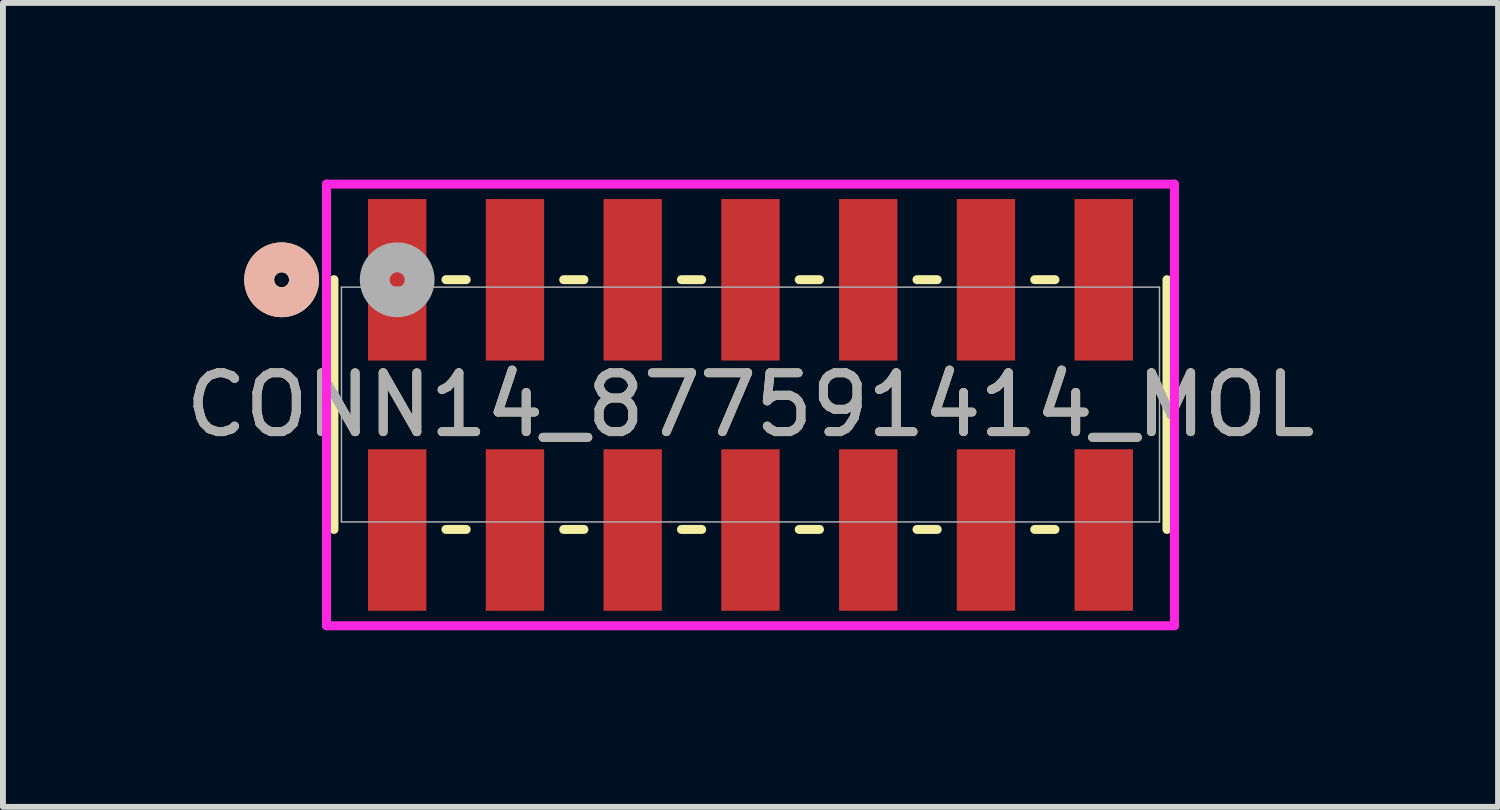
<source format=kicad_pcb>
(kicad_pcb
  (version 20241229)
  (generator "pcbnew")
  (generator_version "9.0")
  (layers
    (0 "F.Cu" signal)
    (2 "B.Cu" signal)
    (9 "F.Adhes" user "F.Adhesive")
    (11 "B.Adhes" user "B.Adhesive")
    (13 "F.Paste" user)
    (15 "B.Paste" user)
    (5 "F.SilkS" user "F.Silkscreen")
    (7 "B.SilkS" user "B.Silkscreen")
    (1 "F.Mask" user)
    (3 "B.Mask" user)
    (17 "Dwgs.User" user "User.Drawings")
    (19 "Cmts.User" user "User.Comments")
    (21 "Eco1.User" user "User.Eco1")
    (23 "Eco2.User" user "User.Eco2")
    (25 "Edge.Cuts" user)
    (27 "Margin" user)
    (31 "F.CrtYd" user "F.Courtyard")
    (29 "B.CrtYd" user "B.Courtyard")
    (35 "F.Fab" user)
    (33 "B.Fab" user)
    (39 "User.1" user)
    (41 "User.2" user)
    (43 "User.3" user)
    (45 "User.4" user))
  (footprint "CONN14_877591414_MOL"
    (layer "F.Cu")
    (at 9.696 3.821)
    (property "Reference" "CONN14_877591414_MOL" (at 0 0.006 0) (unlocked yes) (layer "F.SilkS") (effects (font (size 1 1) (thickness 0.15))))
    (attr smd)
    (fp_line (start -7.074 -2.121) (end -7.074 2.121) (stroke (width 0.152) (type solid)) (layer "F.SilkS"))
    (fp_line (start -5.172 2.121) (end -4.828 2.121) (stroke (width 0.152) (type solid)) (layer "F.SilkS"))
    (fp_line (start -4.828 -2.121) (end -5.172 -2.121) (stroke (width 0.152) (type solid)) (layer "F.SilkS"))
    (fp_line (start -3.172 2.121) (end -2.828 2.121) (stroke (width 0.152) (type solid)) (layer "F.SilkS"))
    (fp_line (start -2.828 -2.121) (end -3.172 -2.121) (stroke (width 0.152) (type solid)) (layer "F.SilkS"))
    (fp_line (start -1.172 2.121) (end -0.828 2.121) (stroke (width 0.152) (type solid)) (layer "F.SilkS"))
    (fp_line (start -0.828 -2.121) (end -1.172 -2.121) (stroke (width 0.152) (type solid)) (layer "F.SilkS"))
    (fp_line (start 0.828 2.121) (end 1.172 2.121) (stroke (width 0.152) (type solid)) (layer "F.SilkS"))
    (fp_line (start 1.172 -2.121) (end 0.828 -2.121) (stroke (width 0.152) (type solid)) (layer "F.SilkS"))
    (fp_line (start 2.828 2.121) (end 3.172 2.121) (stroke (width 0.152) (type solid)) (layer "F.SilkS"))
    (fp_line (start 3.172 -2.121) (end 2.828 -2.121) (stroke (width 0.152) (type solid)) (layer "F.SilkS"))
    (fp_line (start 4.828 2.121) (end 5.172 2.121) (stroke (width 0.152) (type solid)) (layer "F.SilkS"))
    (fp_line (start 5.172 -2.121) (end 4.828 -2.121) (stroke (width 0.152) (type solid)) (layer "F.SilkS"))
    (fp_line (start 7.074 2.121) (end 7.074 -2.121) (stroke (width 0.152) (type solid)) (layer "F.SilkS"))
    (fp_circle (center -7.963 -2.119) (end -7.582 -2.119) (stroke (width 0.508) (type solid)) (fill no) (layer "F.SilkS"))
    (fp_circle (center -7.963 -2.119) (end -7.582 -2.119) (stroke (width 0.508) (type solid)) (fill no) (layer "B.SilkS"))
    (fp_line (start -7.201 -3.744) (end -7.201 3.757) (stroke (width 0.152) (type solid)) (layer "F.CrtYd"))
    (fp_line (start -7.201 3.757) (end 7.201 3.757) (stroke (width 0.152) (type solid)) (layer "F.CrtYd"))
    (fp_line (start 7.201 -3.744) (end -7.201 -3.744) (stroke (width 0.152) (type solid)) (layer "F.CrtYd"))
    (fp_line (start 7.201 3.757) (end 7.201 -3.744) (stroke (width 0.152) (type solid)) (layer "F.CrtYd"))
    (fp_line (start -6.947 -1.994) (end -6.947 1.994) (stroke (width 0.025) (type solid)) (layer "F.Fab"))
    (fp_line (start -6.947 1.994) (end 6.947 1.994) (stroke (width 0.025) (type solid)) (layer "F.Fab"))
    (fp_line (start 6.947 -1.994) (end -6.947 -1.994) (stroke (width 0.025) (type solid)) (layer "F.Fab"))
    (fp_line (start 6.947 1.994) (end 6.947 -1.994) (stroke (width 0.025) (type solid)) (layer "F.Fab"))
    (fp_circle (center -6 -2.119) (end -5.619 -2.119) (stroke (width 0.508) (type solid)) (fill no) (layer "F.Fab"))
    (fp_text user "${REFERENCE}" (at 0 0.006 0) (unlocked yes) (layer "F.Fab") (effects (font (size 1 1) (thickness 0.15))))
    (pad "1" smd rect (at -6 -2.119) (size 0.991 2.743) (layers "F.Cu" "F.Mask" "F.Paste"))
    (pad "2" smd rect (at -6 2.131) (size 0.991 2.743) (layers "F.Cu" "F.Mask" "F.Paste"))
    (pad "3" smd rect (at -4 -2.119) (size 0.991 2.743) (layers "F.Cu" "F.Mask" "F.Paste"))
    (pad "4" smd rect (at -4 2.131) (size 0.991 2.743) (layers "F.Cu" "F.Mask" "F.Paste"))
    (pad "5" smd rect (at -2 -2.119) (size 0.991 2.743) (layers "F.Cu" "F.Mask" "F.Paste"))
    (pad "6" smd rect (at -2 2.131) (size 0.991 2.743) (layers "F.Cu" "F.Mask" "F.Paste"))
    (pad "7" smd rect (at 0 -2.119) (size 0.991 2.743) (layers "F.Cu" "F.Mask" "F.Paste"))
    (pad "8" smd rect (at 0 2.131) (size 0.991 2.743) (layers "F.Cu" "F.Mask" "F.Paste"))
    (pad "9" smd rect (at 2 -2.119) (size 0.991 2.743) (layers "F.Cu" "F.Mask" "F.Paste"))
    (pad "10" smd rect (at 2 2.131) (size 0.991 2.743) (layers "F.Cu" "F.Mask" "F.Paste"))
    (pad "11" smd rect (at 4 -2.119) (size 0.991 2.743) (layers "F.Cu" "F.Mask" "F.Paste"))
    (pad "12" smd rect (at 4 2.131) (size 0.991 2.743) (layers "F.Cu" "F.Mask" "F.Paste"))
    (pad "13" smd rect (at 6 -2.119) (size 0.991 2.743) (layers "F.Cu" "F.Mask" "F.Paste"))
    (pad "14" smd rect (at 6 2.131) (size 0.991 2.743) (layers "F.Cu" "F.Mask" "F.Paste")))
  (gr_rect
    (start -3 -3)
    (end 22.393 10.654)
    (stroke (width 0.1) (type default))
    (fill no)
    (layer "Edge.Cuts")))
</source>
